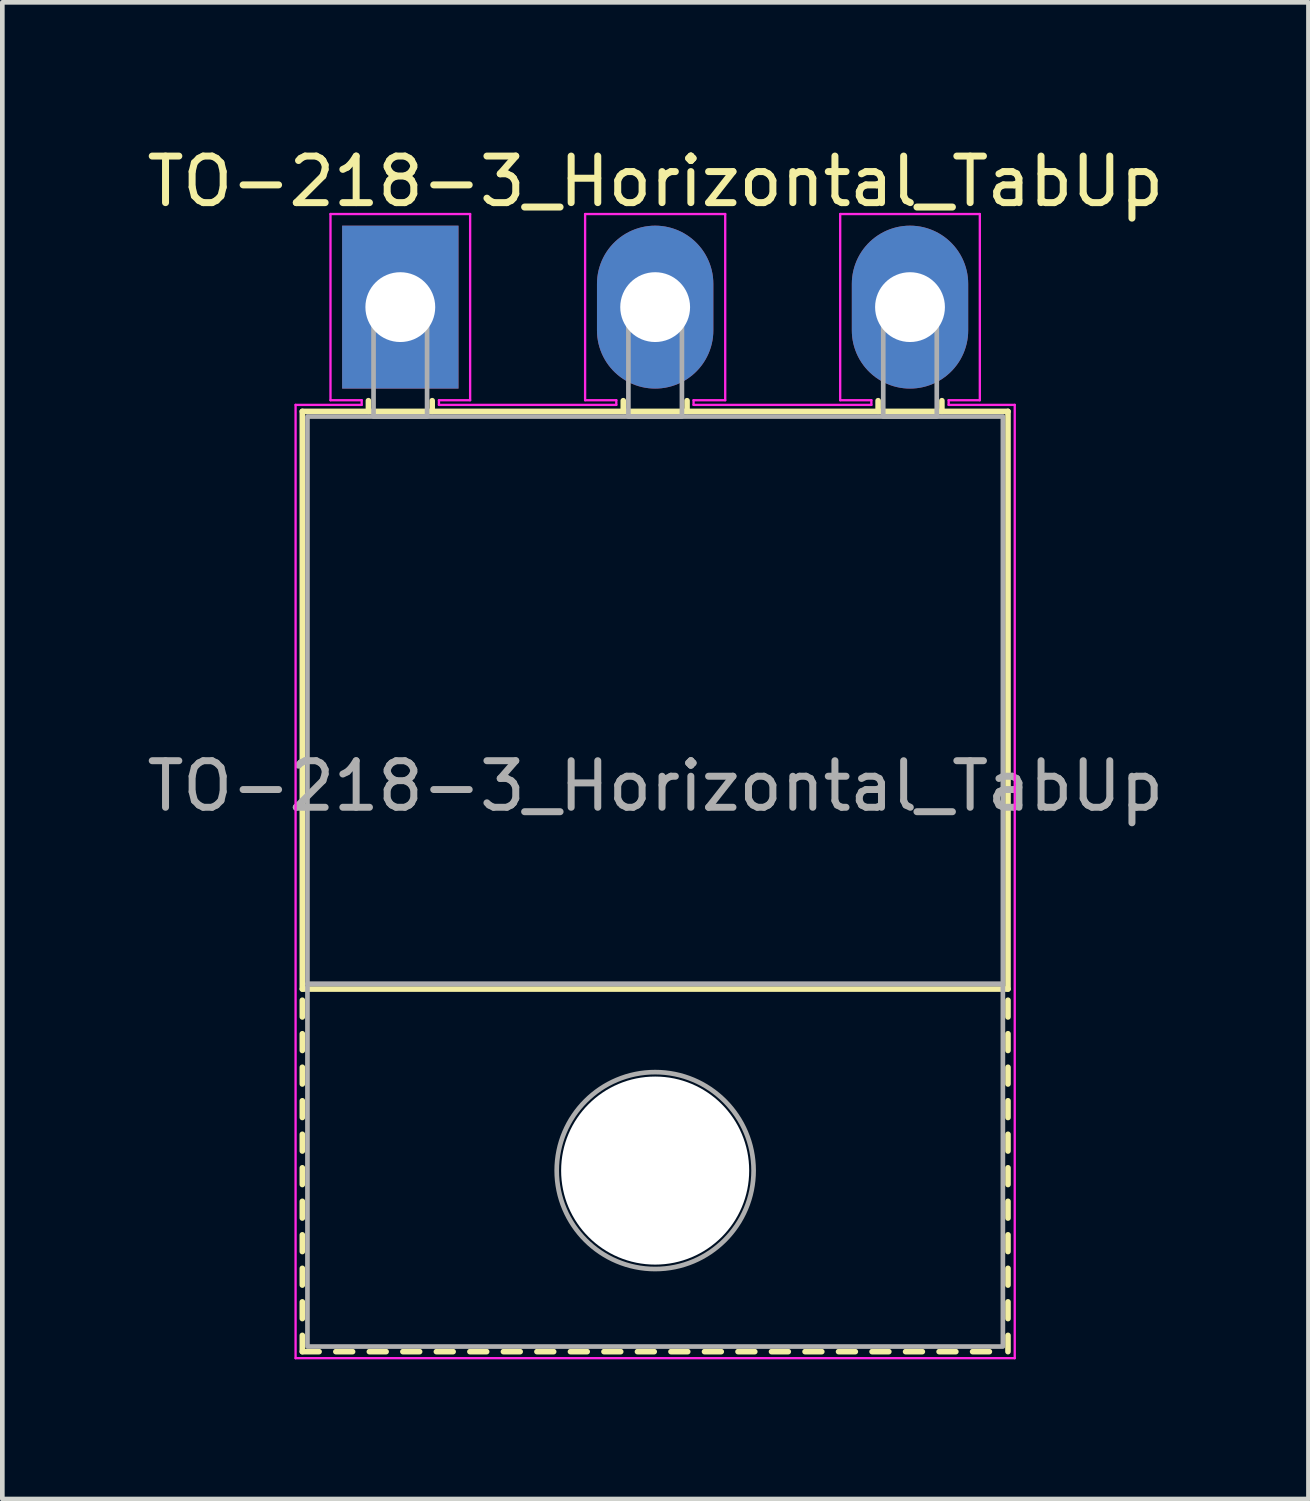
<source format=kicad_pcb>
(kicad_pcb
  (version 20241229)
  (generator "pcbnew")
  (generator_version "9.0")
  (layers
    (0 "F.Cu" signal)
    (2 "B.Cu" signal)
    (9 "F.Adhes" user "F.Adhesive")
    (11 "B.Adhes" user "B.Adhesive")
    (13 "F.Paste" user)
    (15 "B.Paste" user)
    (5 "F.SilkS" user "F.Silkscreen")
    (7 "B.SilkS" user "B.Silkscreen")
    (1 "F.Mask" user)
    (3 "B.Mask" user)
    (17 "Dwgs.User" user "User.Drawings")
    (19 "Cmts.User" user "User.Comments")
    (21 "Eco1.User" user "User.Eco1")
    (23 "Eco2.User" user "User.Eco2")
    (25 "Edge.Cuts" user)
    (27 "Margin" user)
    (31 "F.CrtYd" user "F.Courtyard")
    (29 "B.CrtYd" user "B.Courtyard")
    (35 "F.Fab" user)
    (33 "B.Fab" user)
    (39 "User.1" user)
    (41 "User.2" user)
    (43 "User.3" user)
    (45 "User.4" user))
  (footprint "TO-218-3_Horizontal_TabUp"
    (layer "F.Cu")
    (at 5.55 3.548)
    (property "Reference" "TO-218-3_Horizontal_TabUp" (at 5.48 -2.7 0) (layer "F.SilkS") (effects (font (size 1 1) (thickness 0.15))))
    (attr through_hole)
    (fp_line (start -2.105 2.24) (end -2.105 14.65) (stroke (width 0.12) (type solid)) (layer "F.SilkS"))
    (fp_line (start -2.105 2.24) (end 13.055 2.24) (stroke (width 0.12) (type solid)) (layer "F.SilkS"))
    (fp_line (start -2.105 14.65) (end 13.055 14.65) (stroke (width 0.12) (type solid)) (layer "F.SilkS"))
    (fp_line (start -2.105 14.89) (end -2.105 15.25) (stroke (width 0.12) (type solid)) (layer "F.SilkS"))
    (fp_line (start -2.105 15.61) (end -2.105 15.97) (stroke (width 0.12) (type solid)) (layer "F.SilkS"))
    (fp_line (start -2.105 16.33) (end -2.105 16.69) (stroke (width 0.12) (type solid)) (layer "F.SilkS"))
    (fp_line (start -2.105 17.05) (end -2.105 17.41) (stroke (width 0.12) (type solid)) (layer "F.SilkS"))
    (fp_line (start -2.105 17.77) (end -2.105 18.13) (stroke (width 0.12) (type solid)) (layer "F.SilkS"))
    (fp_line (start -2.105 18.49) (end -2.105 18.85) (stroke (width 0.12) (type solid)) (layer "F.SilkS"))
    (fp_line (start -2.105 19.21) (end -2.105 19.57) (stroke (width 0.12) (type solid)) (layer "F.SilkS"))
    (fp_line (start -2.105 19.93) (end -2.105 20.29) (stroke (width 0.12) (type solid)) (layer "F.SilkS"))
    (fp_line (start -2.105 20.65) (end -2.105 21.01) (stroke (width 0.12) (type solid)) (layer "F.SilkS"))
    (fp_line (start -2.105 21.37) (end -2.105 21.73) (stroke (width 0.12) (type solid)) (layer "F.SilkS"))
    (fp_line (start -2.105 22.09) (end -2.105 22.44) (stroke (width 0.12) (type solid)) (layer "F.SilkS"))
    (fp_line (start -2.105 22.44) (end -1.745 22.44) (stroke (width 0.12) (type solid)) (layer "F.SilkS"))
    (fp_line (start -1.385 22.44) (end -1.025 22.44) (stroke (width 0.12) (type solid)) (layer "F.SilkS"))
    (fp_line (start -0.685 2.24) (end -0.685 2.01) (stroke (width 0.12) (type solid)) (layer "F.SilkS"))
    (fp_line (start -0.665 22.44) (end -0.305 22.44) (stroke (width 0.12) (type solid)) (layer "F.SilkS"))
    (fp_line (start 0.055 22.44) (end 0.415 22.44) (stroke (width 0.12) (type solid)) (layer "F.SilkS"))
    (fp_line (start 0.685 2.24) (end 0.685 2.01) (stroke (width 0.12) (type solid)) (layer "F.SilkS"))
    (fp_line (start 0.775 22.44) (end 1.135 22.44) (stroke (width 0.12) (type solid)) (layer "F.SilkS"))
    (fp_line (start 1.495 22.44) (end 1.855 22.44) (stroke (width 0.12) (type solid)) (layer "F.SilkS"))
    (fp_line (start 2.215 22.44) (end 2.575 22.44) (stroke (width 0.12) (type solid)) (layer "F.SilkS"))
    (fp_line (start 2.935 22.44) (end 3.295 22.44) (stroke (width 0.12) (type solid)) (layer "F.SilkS"))
    (fp_line (start 3.655 22.44) (end 4.015 22.44) (stroke (width 0.12) (type solid)) (layer "F.SilkS"))
    (fp_line (start 4.375 22.44) (end 4.735 22.44) (stroke (width 0.12) (type solid)) (layer "F.SilkS"))
    (fp_line (start 4.79 2.24) (end 4.79 2.01) (stroke (width 0.12) (type solid)) (layer "F.SilkS"))
    (fp_line (start 5.095 22.44) (end 5.455 22.44) (stroke (width 0.12) (type solid)) (layer "F.SilkS"))
    (fp_line (start 5.815 22.44) (end 6.175 22.44) (stroke (width 0.12) (type solid)) (layer "F.SilkS"))
    (fp_line (start 6.16 2.24) (end 6.16 2.01) (stroke (width 0.12) (type solid)) (layer "F.SilkS"))
    (fp_line (start 6.535 22.44) (end 6.895 22.44) (stroke (width 0.12) (type solid)) (layer "F.SilkS"))
    (fp_line (start 7.255 22.44) (end 7.615 22.44) (stroke (width 0.12) (type solid)) (layer "F.SilkS"))
    (fp_line (start 7.975 22.44) (end 8.335 22.44) (stroke (width 0.12) (type solid)) (layer "F.SilkS"))
    (fp_line (start 8.695 22.44) (end 9.055 22.44) (stroke (width 0.12) (type solid)) (layer "F.SilkS"))
    (fp_line (start 9.415 22.44) (end 9.775 22.44) (stroke (width 0.12) (type solid)) (layer "F.SilkS"))
    (fp_line (start 10.135 22.44) (end 10.495 22.44) (stroke (width 0.12) (type solid)) (layer "F.SilkS"))
    (fp_line (start 10.265 2.24) (end 10.265 2.01) (stroke (width 0.12) (type solid)) (layer "F.SilkS"))
    (fp_line (start 10.855 22.44) (end 11.215 22.44) (stroke (width 0.12) (type solid)) (layer "F.SilkS"))
    (fp_line (start 11.575 22.44) (end 11.935 22.44) (stroke (width 0.12) (type solid)) (layer "F.SilkS"))
    (fp_line (start 11.635 2.24) (end 11.635 2.01) (stroke (width 0.12) (type solid)) (layer "F.SilkS"))
    (fp_line (start 12.295 22.44) (end 12.655 22.44) (stroke (width 0.12) (type solid)) (layer "F.SilkS"))
    (fp_line (start 13.055 2.24) (end 13.055 14.65) (stroke (width 0.12) (type solid)) (layer "F.SilkS"))
    (fp_line (start 13.055 14.89) (end 13.055 15.25) (stroke (width 0.12) (type solid)) (layer "F.SilkS"))
    (fp_line (start 13.055 15.61) (end 13.055 15.97) (stroke (width 0.12) (type solid)) (layer "F.SilkS"))
    (fp_line (start 13.055 16.33) (end 13.055 16.69) (stroke (width 0.12) (type solid)) (layer "F.SilkS"))
    (fp_line (start 13.055 17.05) (end 13.055 17.41) (stroke (width 0.12) (type solid)) (layer "F.SilkS"))
    (fp_line (start 13.055 17.77) (end 13.055 18.13) (stroke (width 0.12) (type solid)) (layer "F.SilkS"))
    (fp_line (start 13.055 18.49) (end 13.055 18.85) (stroke (width 0.12) (type solid)) (layer "F.SilkS"))
    (fp_line (start 13.055 19.21) (end 13.055 19.57) (stroke (width 0.12) (type solid)) (layer "F.SilkS"))
    (fp_line (start 13.055 19.93) (end 13.055 20.29) (stroke (width 0.12) (type solid)) (layer "F.SilkS"))
    (fp_line (start 13.055 20.65) (end 13.055 21.01) (stroke (width 0.12) (type solid)) (layer "F.SilkS"))
    (fp_line (start 13.055 21.37) (end 13.055 21.73) (stroke (width 0.12) (type solid)) (layer "F.SilkS"))
    (fp_line (start 13.055 22.09) (end 13.055 22.44) (stroke (width 0.12) (type solid)) (layer "F.SilkS"))
    (fp_line (start -2.25 2.1) (end -0.83 2.1) (stroke (width 0.05) (type solid)) (layer "F.CrtYd"))
    (fp_line (start -2.25 22.58) (end -2.25 2.1) (stroke (width 0.05) (type solid)) (layer "F.CrtYd"))
    (fp_line (start -1.5 -2) (end 1.5 -2) (stroke (width 0.05) (type solid)) (layer "F.CrtYd"))
    (fp_line (start -1.5 2) (end -1.5 -2) (stroke (width 0.05) (type solid)) (layer "F.CrtYd"))
    (fp_line (start -0.83 2) (end -1.5 2) (stroke (width 0.05) (type solid)) (layer "F.CrtYd"))
    (fp_line (start -0.83 2.1) (end -0.83 2) (stroke (width 0.05) (type solid)) (layer "F.CrtYd"))
    (fp_line (start 0.83 2) (end 0.83 2.1) (stroke (width 0.05) (type solid)) (layer "F.CrtYd"))
    (fp_line (start 0.83 2.1) (end 4.64 2.1) (stroke (width 0.05) (type solid)) (layer "F.CrtYd"))
    (fp_line (start 1.5 -2) (end 1.5 2) (stroke (width 0.05) (type solid)) (layer "F.CrtYd"))
    (fp_line (start 1.5 2) (end 0.83 2) (stroke (width 0.05) (type solid)) (layer "F.CrtYd"))
    (fp_line (start 3.97 -2) (end 6.98 -2) (stroke (width 0.05) (type solid)) (layer "F.CrtYd"))
    (fp_line (start 3.97 2) (end 3.97 -2) (stroke (width 0.05) (type solid)) (layer "F.CrtYd"))
    (fp_line (start 4.64 2) (end 3.97 2) (stroke (width 0.05) (type solid)) (layer "F.CrtYd"))
    (fp_line (start 4.64 2.1) (end 4.64 2) (stroke (width 0.05) (type solid)) (layer "F.CrtYd"))
    (fp_line (start 6.3 2) (end 6.3 2.1) (stroke (width 0.05) (type solid)) (layer "F.CrtYd"))
    (fp_line (start 6.3 2.1) (end 10.12 2.1) (stroke (width 0.05) (type solid)) (layer "F.CrtYd"))
    (fp_line (start 6.98 -2) (end 6.98 2) (stroke (width 0.05) (type solid)) (layer "F.CrtYd"))
    (fp_line (start 6.98 2) (end 6.3 2) (stroke (width 0.05) (type solid)) (layer "F.CrtYd"))
    (fp_line (start 9.45 -2) (end 12.45 -2) (stroke (width 0.05) (type solid)) (layer "F.CrtYd"))
    (fp_line (start 9.45 2) (end 9.45 -2) (stroke (width 0.05) (type solid)) (layer "F.CrtYd"))
    (fp_line (start 10.12 2) (end 9.45 2) (stroke (width 0.05) (type solid)) (layer "F.CrtYd"))
    (fp_line (start 10.12 2.1) (end 10.12 2) (stroke (width 0.05) (type solid)) (layer "F.CrtYd"))
    (fp_line (start 11.78 2) (end 11.78 2.1) (stroke (width 0.05) (type solid)) (layer "F.CrtYd"))
    (fp_line (start 11.78 2.1) (end 13.2 2.1) (stroke (width 0.05) (type solid)) (layer "F.CrtYd"))
    (fp_line (start 12.45 -2) (end 12.45 2) (stroke (width 0.05) (type solid)) (layer "F.CrtYd"))
    (fp_line (start 12.45 2) (end 11.78 2) (stroke (width 0.05) (type solid)) (layer "F.CrtYd"))
    (fp_line (start 13.2 2.1) (end 13.2 22.58) (stroke (width 0.05) (type solid)) (layer "F.CrtYd"))
    (fp_line (start 13.2 22.58) (end -2.25 22.58) (stroke (width 0.05) (type solid)) (layer "F.CrtYd"))
    (fp_rect (start -1.995 2.35) (end 12.945 14.54) (stroke (width 0.1) (type solid)) (fill no) (layer "F.Fab"))
    (fp_rect (start -1.995 14.54) (end 12.945 22.33) (stroke (width 0.1) (type solid)) (fill no) (layer "F.Fab"))
    (fp_rect (start -0.575 0) (end 0.575 2.35) (stroke (width 0.1) (type solid)) (fill no) (layer "F.Fab"))
    (fp_rect (start 4.9 0) (end 6.05 2.35) (stroke (width 0.1) (type solid)) (fill no) (layer "F.Fab"))
    (fp_rect (start 10.375 0) (end 11.525 2.35) (stroke (width 0.1) (type solid)) (fill no) (layer "F.Fab"))
    (fp_circle (center 5.475 18.55) (end 7.59 18.55) (stroke (width 0.1) (type solid)) (fill no) (layer "F.Fab"))
    (fp_text user "${REFERENCE}" (at 5.48 10.29 0) (layer "F.Fab") (effects (font (size 1 1) (thickness 0.15))))
    (pad "" np_thru_hole circle (at 5.475 18.55) (size 4.04 4.04) (drill 4.04) (layers "*.Cu" "*.Mask"))
    (pad "1" thru_hole rect (at 0 0) (size 2.5 3.5) (drill 1.5) (layers "*.Cu" "*.Mask"))
    (pad "2" thru_hole oval (at 5.475 0) (size 2.5 3.5) (drill 1.5) (layers "*.Cu" "*.Mask"))
    (pad "3" thru_hole oval (at 10.95 0) (size 2.5 3.5) (drill 1.5) (layers "*.Cu" "*.Mask")))
  (gr_rect
    (start -3 -3)
    (end 25.06 29.153)
    (stroke (width 0.1) (type default))
    (fill no)
    (layer "Edge.Cuts")))
</source>
